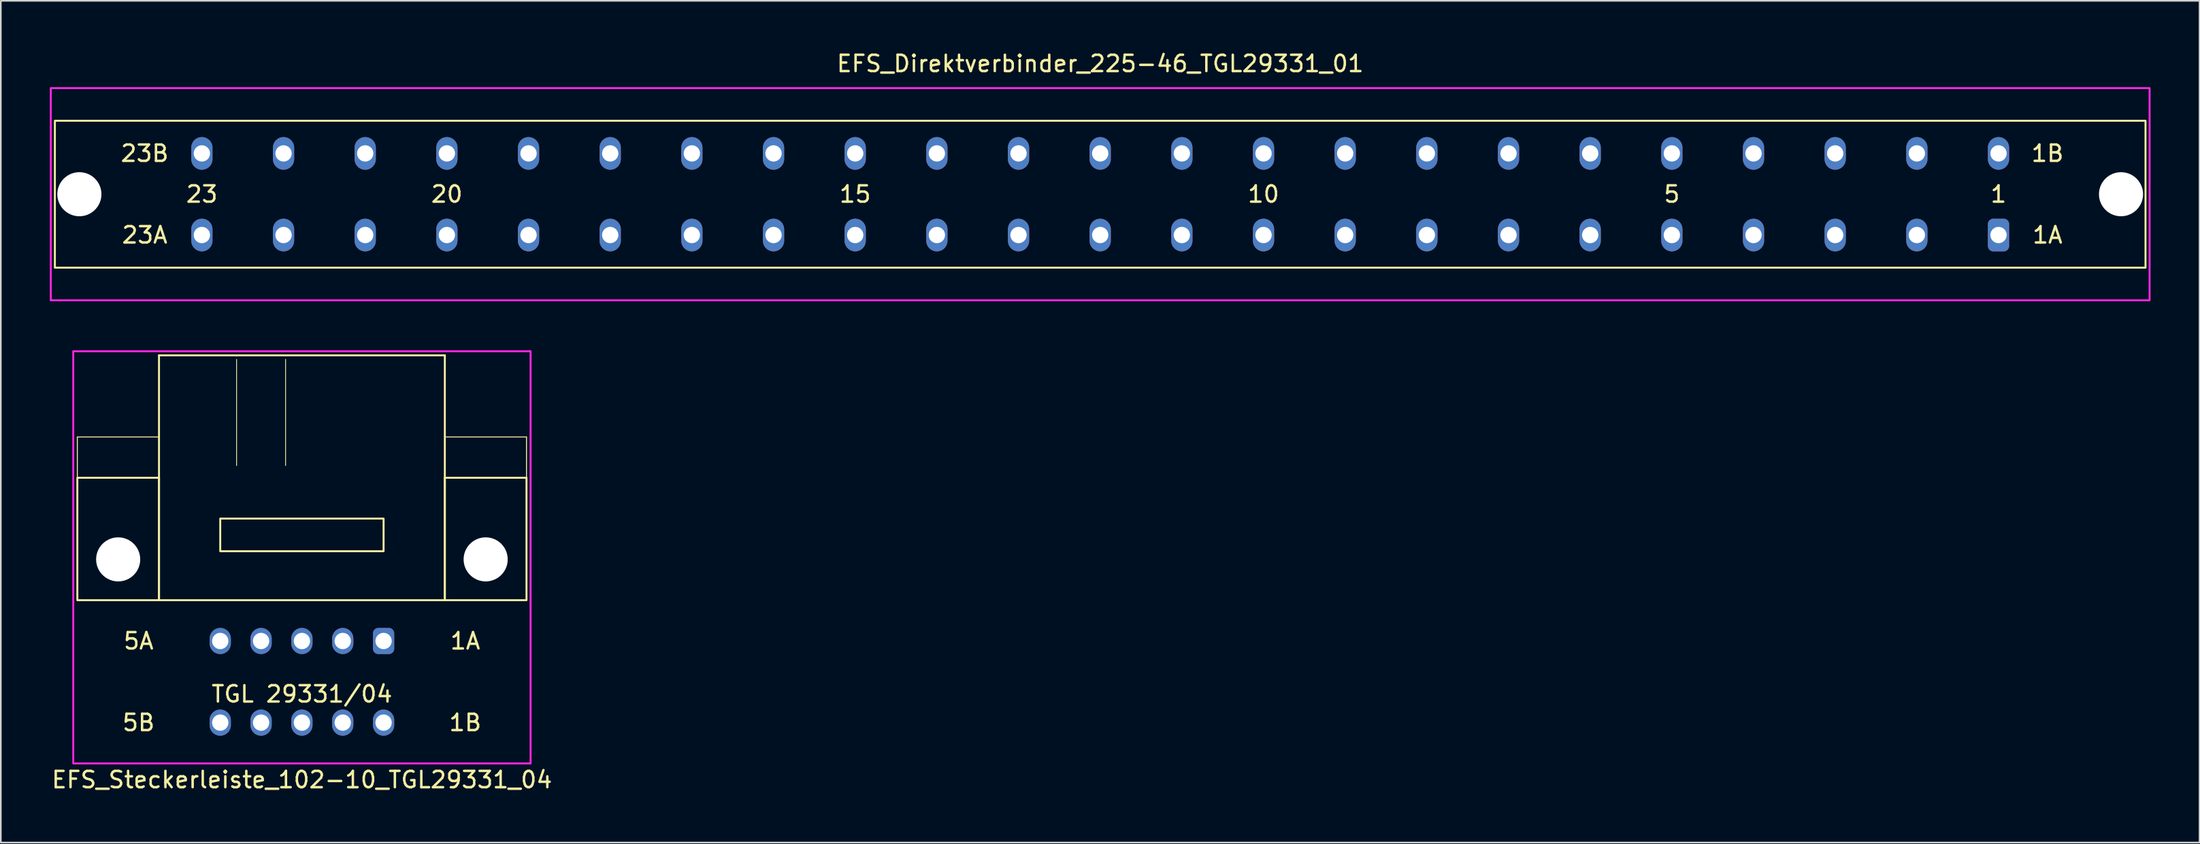
<source format=kicad_pcb>
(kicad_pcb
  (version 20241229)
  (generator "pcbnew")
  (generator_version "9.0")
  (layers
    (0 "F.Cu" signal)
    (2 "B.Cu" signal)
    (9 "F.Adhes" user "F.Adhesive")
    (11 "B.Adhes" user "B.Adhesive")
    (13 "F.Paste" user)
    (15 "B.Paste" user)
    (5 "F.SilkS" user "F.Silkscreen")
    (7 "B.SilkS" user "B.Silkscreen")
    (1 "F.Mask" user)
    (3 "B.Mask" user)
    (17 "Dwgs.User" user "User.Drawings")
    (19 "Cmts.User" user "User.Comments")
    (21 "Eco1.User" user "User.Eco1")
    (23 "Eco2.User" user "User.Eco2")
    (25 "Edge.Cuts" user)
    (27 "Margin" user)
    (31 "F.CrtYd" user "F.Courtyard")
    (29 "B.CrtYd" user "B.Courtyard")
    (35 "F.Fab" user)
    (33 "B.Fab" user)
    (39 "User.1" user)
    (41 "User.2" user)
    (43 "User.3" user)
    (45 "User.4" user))
  (footprint "EFS_Steckerleiste_102-10_TGL29331_04"
    (layer "F.Cu")
    (at 15.435 23.718)
    (property "Reference" "EFS_Steckerleiste_102-10_TGL29331_04" (at 0 21 180) (layer "F.SilkS") (effects (font (size 1 1) (thickness 0.15))))
    (attr through_hole)
    (fp_line (start -13.75 0) (end -13.75 2.5) (stroke (width 0.06) (type solid)) (layer "F.SilkS"))
    (fp_line (start -8.75 -5) (end -8.75 10) (stroke (width 0.12) (type solid)) (layer "F.SilkS"))
    (fp_line (start -8.75 -5) (end 8.75 -5) (stroke (width 0.12) (type solid)) (layer "F.SilkS"))
    (fp_line (start -8.75 0) (end -13.75 0) (stroke (width 0.06) (type solid)) (layer "F.SilkS"))
    (fp_line (start -8.75 10) (end 8.75 10) (stroke (width 0.12) (type solid)) (layer "F.SilkS"))
    (fp_line (start -4 -4.75) (end -4 1.75) (stroke (width 0.05) (type solid)) (layer "F.SilkS"))
    (fp_line (start -1 -4.75) (end -1 1.75) (stroke (width 0.05) (type solid)) (layer "F.SilkS"))
    (fp_line (start 8.75 10) (end 8.75 -5) (stroke (width 0.12) (type solid)) (layer "F.SilkS"))
    (fp_line (start 13.75 0) (end 8.75 0) (stroke (width 0.06) (type solid)) (layer "F.SilkS"))
    (fp_line (start 13.75 0) (end 13.75 2.5) (stroke (width 0.06) (type solid)) (layer "F.SilkS"))
    (fp_rect (start -8.75 10) (end -13.75 2.5) (stroke (width 0.12) (type solid)) (fill no) (layer "F.SilkS"))
    (fp_rect (start -5 7) (end 5 5) (stroke (width 0.12) (type solid)) (fill no) (layer "F.SilkS"))
    (fp_rect (start 13.75 10) (end 8.75 2.5) (stroke (width 0.12) (type solid)) (fill no) (layer "F.SilkS"))
    (fp_rect (start -14 -5.25) (end 14 20) (stroke (width 0.12) (type solid)) (fill no) (layer "F.CrtYd"))
    (fp_text user "5A" (at -10 12.5 0) (layer "F.SilkS") (effects (font (size 1 1) (thickness 0.15))))
    (fp_text user "TGL 29331/04" (at 0 15.75 0) (unlocked yes) (layer "F.SilkS") (effects (font (size 1 1) (thickness 0.15))))
    (fp_text user "1A" (at 10 12.5 0) (layer "F.SilkS") (effects (font (size 1 1) (thickness 0.15))))
    (fp_text user "5B" (at -10 17.5 0) (layer "F.SilkS") (effects (font (size 1 1) (thickness 0.15))))
    (fp_text user "1B" (at 10 17.5 0) (layer "F.SilkS") (effects (font (size 1 1) (thickness 0.15))))
    (pad "" np_thru_hole circle (at -11.25 7.5) (size 2.7 2.7) (drill 2.7) (layers "*.Cu" "*.Mask"))
    (pad "" np_thru_hole circle (at 11.25 7.5) (size 2.7 2.7) (drill 2.7) (layers "*.Cu" "*.Mask"))
    (pad "1a" thru_hole roundrect (at 5 12.5) (size 1.3 1.6) (drill 1) (layers "*.Cu" "*.Mask") (roundrect_rratio 0.25))
    (pad "1b" thru_hole oval (at 5 17.5) (size 1.3 1.6) (drill 1) (layers "*.Cu" "*.Mask"))
    (pad "2a" thru_hole oval (at 2.5 12.5) (size 1.3 1.6) (drill 1) (layers "*.Cu" "*.Mask"))
    (pad "2b" thru_hole oval (at 2.5 17.5) (size 1.3 1.6) (drill 1) (layers "*.Cu" "*.Mask"))
    (pad "3a" thru_hole oval (at 0 12.5) (size 1.3 1.6) (drill 1) (layers "*.Cu" "*.Mask"))
    (pad "3b" thru_hole oval (at 0 17.5) (size 1.3 1.6) (drill 1) (layers "*.Cu" "*.Mask"))
    (pad "4a" thru_hole oval (at -2.5 12.5) (size 1.3 1.6) (drill 1) (layers "*.Cu" "*.Mask"))
    (pad "4b" thru_hole oval (at -2.5 17.5) (size 1.3 1.6) (drill 1) (layers "*.Cu" "*.Mask"))
    (pad "5a" thru_hole oval (at -5 12.5) (size 1.3 1.6) (drill 1) (layers "*.Cu" "*.Mask"))
    (pad "5b" thru_hole oval (at -5 17.5) (size 1.3 1.6) (drill 1) (layers "*.Cu" "*.Mask")))
  (footprint "EFS_Direktverbinder_225-46_TGL29331_01"
    (layer "F.Cu")
    (at 64.31 8.848)
    (property "Reference" "EFS_Direktverbinder_225-46_TGL29331_01" (at 0 -8 180) (layer "F.SilkS") (effects (font (size 1 1) (thickness 0.15))))
    (attr through_hole)
    (fp_rect (start -64 -4.5) (end 64 4.5) (stroke (width 0.12) (type solid)) (fill no) (layer "F.SilkS"))
    (fp_rect (start -64.25 -6.5) (end 64.25 6.5) (stroke (width 0.12) (type solid)) (fill no) (layer "F.CrtYd"))
    (fp_text user "10" (at 10 0 180) (layer "F.SilkS") (effects (font (size 1 1) (thickness 0.15))))
    (fp_text user "15" (at -15 0 180) (layer "F.SilkS") (effects (font (size 1 1) (thickness 0.15))))
    (fp_text user "1A" (at 58 2.5 0) (layer "F.SilkS") (effects (font (size 1 1) (thickness 0.15))))
    (fp_text user "20" (at -40 0 180) (layer "F.SilkS") (effects (font (size 1 1) (thickness 0.15))))
    (fp_text user "23A" (at -58.5 2.5 0) (layer "F.SilkS") (effects (font (size 1 1) (thickness 0.15))))
    (fp_text user "23" (at -55 0 180) (layer "F.SilkS") (effects (font (size 1 1) (thickness 0.15))))
    (fp_text user "1B" (at 58 -2.5 0) (layer "F.SilkS") (effects (font (size 1 1) (thickness 0.15))))
    (fp_text user "1" (at 55 0 180) (layer "F.SilkS") (effects (font (size 1 1) (thickness 0.15))))
    (fp_text user "23B" (at -58.5 -2.5 0) (layer "F.SilkS") (effects (font (size 1 1) (thickness 0.15))))
    (fp_text user "5" (at 35 0 180) (layer "F.SilkS") (effects (font (size 1 1) (thickness 0.15))))
    (pad "" np_thru_hole circle (at -62.5 0) (size 2.7 2.7) (drill 2.7) (layers "*.Cu" "*.Mask"))
    (pad "" np_thru_hole circle (at 62.5 0) (size 2.7 2.7) (drill 2.7) (layers "*.Cu" "*.Mask"))
    (pad "1a" thru_hole roundrect (at 55 2.5) (size 1.3 2) (drill 1) (layers "*.Cu" "*.Mask") (roundrect_rratio 0.25))
    (pad "1b" thru_hole oval (at 55 -2.5) (size 1.3 2) (drill 1) (layers "*.Cu" "*.Mask"))
    (pad "2a" thru_hole oval (at 50 2.5) (size 1.3 2) (drill 1) (layers "*.Cu" "*.Mask"))
    (pad "2b" thru_hole oval (at 50 -2.5) (size 1.3 2) (drill 1) (layers "*.Cu" "*.Mask"))
    (pad "3a" thru_hole oval (at 45 2.5) (size 1.3 2) (drill 1) (layers "*.Cu" "*.Mask"))
    (pad "3b" thru_hole oval (at 45 -2.5) (size 1.3 2) (drill 1) (layers "*.Cu" "*.Mask"))
    (pad "4a" thru_hole oval (at 40 2.5) (size 1.3 2) (drill 1) (layers "*.Cu" "*.Mask"))
    (pad "4b" thru_hole oval (at 40 -2.5) (size 1.3 2) (drill 1) (layers "*.Cu" "*.Mask"))
    (pad "5a" thru_hole oval (at 35 2.5) (size 1.3 2) (drill 1) (layers "*.Cu" "*.Mask"))
    (pad "5b" thru_hole oval (at 35 -2.5) (size 1.3 2) (drill 1) (layers "*.Cu" "*.Mask"))
    (pad "6a" thru_hole oval (at 30 2.5) (size 1.3 2) (drill 1) (layers "*.Cu" "*.Mask"))
    (pad "6b" thru_hole oval (at 30 -2.5) (size 1.3 2) (drill 1) (layers "*.Cu" "*.Mask"))
    (pad "7a" thru_hole oval (at 25 2.5) (size 1.3 2) (drill 1) (layers "*.Cu" "*.Mask"))
    (pad "7b" thru_hole oval (at 25 -2.5) (size 1.3 2) (drill 1) (layers "*.Cu" "*.Mask"))
    (pad "8a" thru_hole oval (at 20 2.5) (size 1.3 2) (drill 1) (layers "*.Cu" "*.Mask"))
    (pad "8b" thru_hole oval (at 20 -2.5) (size 1.3 2) (drill 1) (layers "*.Cu" "*.Mask"))
    (pad "9a" thru_hole oval (at 15 2.5) (size 1.3 2) (drill 1) (layers "*.Cu" "*.Mask"))
    (pad "9b" thru_hole oval (at 15 -2.5) (size 1.3 2) (drill 1) (layers "*.Cu" "*.Mask"))
    (pad "10a" thru_hole oval (at 10 2.5) (size 1.3 2) (drill 1) (layers "*.Cu" "*.Mask"))
    (pad "10b" thru_hole oval (at 10 -2.5) (size 1.3 2) (drill 1) (layers "*.Cu" "*.Mask"))
    (pad "11a" thru_hole oval (at 5 2.5) (size 1.3 2) (drill 1) (layers "*.Cu" "*.Mask"))
    (pad "11b" thru_hole oval (at 5 -2.5) (size 1.3 2) (drill 1) (layers "*.Cu" "*.Mask"))
    (pad "12a" thru_hole oval (at 0 2.5) (size 1.3 2) (drill 1) (layers "*.Cu" "*.Mask"))
    (pad "12b" thru_hole oval (at 0 -2.5) (size 1.3 2) (drill 1) (layers "*.Cu" "*.Mask"))
    (pad "13a" thru_hole oval (at -5 2.5) (size 1.3 2) (drill 1) (layers "*.Cu" "*.Mask"))
    (pad "13b" thru_hole oval (at -5 -2.5) (size 1.3 2) (drill 1) (layers "*.Cu" "*.Mask"))
    (pad "14a" thru_hole oval (at -10 2.5) (size 1.3 2) (drill 1) (layers "*.Cu" "*.Mask"))
    (pad "14b" thru_hole oval (at -10 -2.5) (size 1.3 2) (drill 1) (layers "*.Cu" "*.Mask"))
    (pad "15a" thru_hole oval (at -15 2.5) (size 1.3 2) (drill 1) (layers "*.Cu" "*.Mask"))
    (pad "15b" thru_hole oval (at -15 -2.5) (size 1.3 2) (drill 1) (layers "*.Cu" "*.Mask"))
    (pad "16a" thru_hole oval (at -20 2.5) (size 1.3 2) (drill 1) (layers "*.Cu" "*.Mask"))
    (pad "16b" thru_hole oval (at -20 -2.5) (size 1.3 2) (drill 1) (layers "*.Cu" "*.Mask"))
    (pad "17a" thru_hole oval (at -25 2.5) (size 1.3 2) (drill 1) (layers "*.Cu" "*.Mask"))
    (pad "17b" thru_hole oval (at -25 -2.5) (size 1.3 2) (drill 1) (layers "*.Cu" "*.Mask"))
    (pad "18a" thru_hole oval (at -30 2.5) (size 1.3 2) (drill 1) (layers "*.Cu" "*.Mask"))
    (pad "18b" thru_hole oval (at -30 -2.5) (size 1.3 2) (drill 1) (layers "*.Cu" "*.Mask"))
    (pad "19a" thru_hole oval (at -35 2.5) (size 1.3 2) (drill 1) (layers "*.Cu" "*.Mask"))
    (pad "19b" thru_hole oval (at -35 -2.5) (size 1.3 2) (drill 1) (layers "*.Cu" "*.Mask"))
    (pad "20a" thru_hole oval (at -40 2.5) (size 1.3 2) (drill 1) (layers "*.Cu" "*.Mask"))
    (pad "20b" thru_hole oval (at -40 -2.5) (size 1.3 2) (drill 1) (layers "*.Cu" "*.Mask"))
    (pad "21a" thru_hole oval (at -45 2.5) (size 1.3 2) (drill 1) (layers "*.Cu" "*.Mask"))
    (pad "21b" thru_hole oval (at -45 -2.5) (size 1.3 2) (drill 1) (layers "*.Cu" "*.Mask"))
    (pad "22a" thru_hole oval (at -50 2.5) (size 1.3 2) (drill 1) (layers "*.Cu" "*.Mask"))
    (pad "22b" thru_hole oval (at -50 -2.5) (size 1.3 2) (drill 1) (layers "*.Cu" "*.Mask"))
    (pad "23a" thru_hole oval (at -55 2.5) (size 1.3 2) (drill 1) (layers "*.Cu" "*.Mask"))
    (pad "23b" thru_hole oval (at -55 -2.5) (size 1.3 2) (drill 1) (layers "*.Cu" "*.Mask")))
  (gr_rect
    (start -3 -3)
    (end 131.62 48.566)
    (stroke (width 0.1) (type default))
    (fill no)
    (layer "Edge.Cuts")))
</source>
